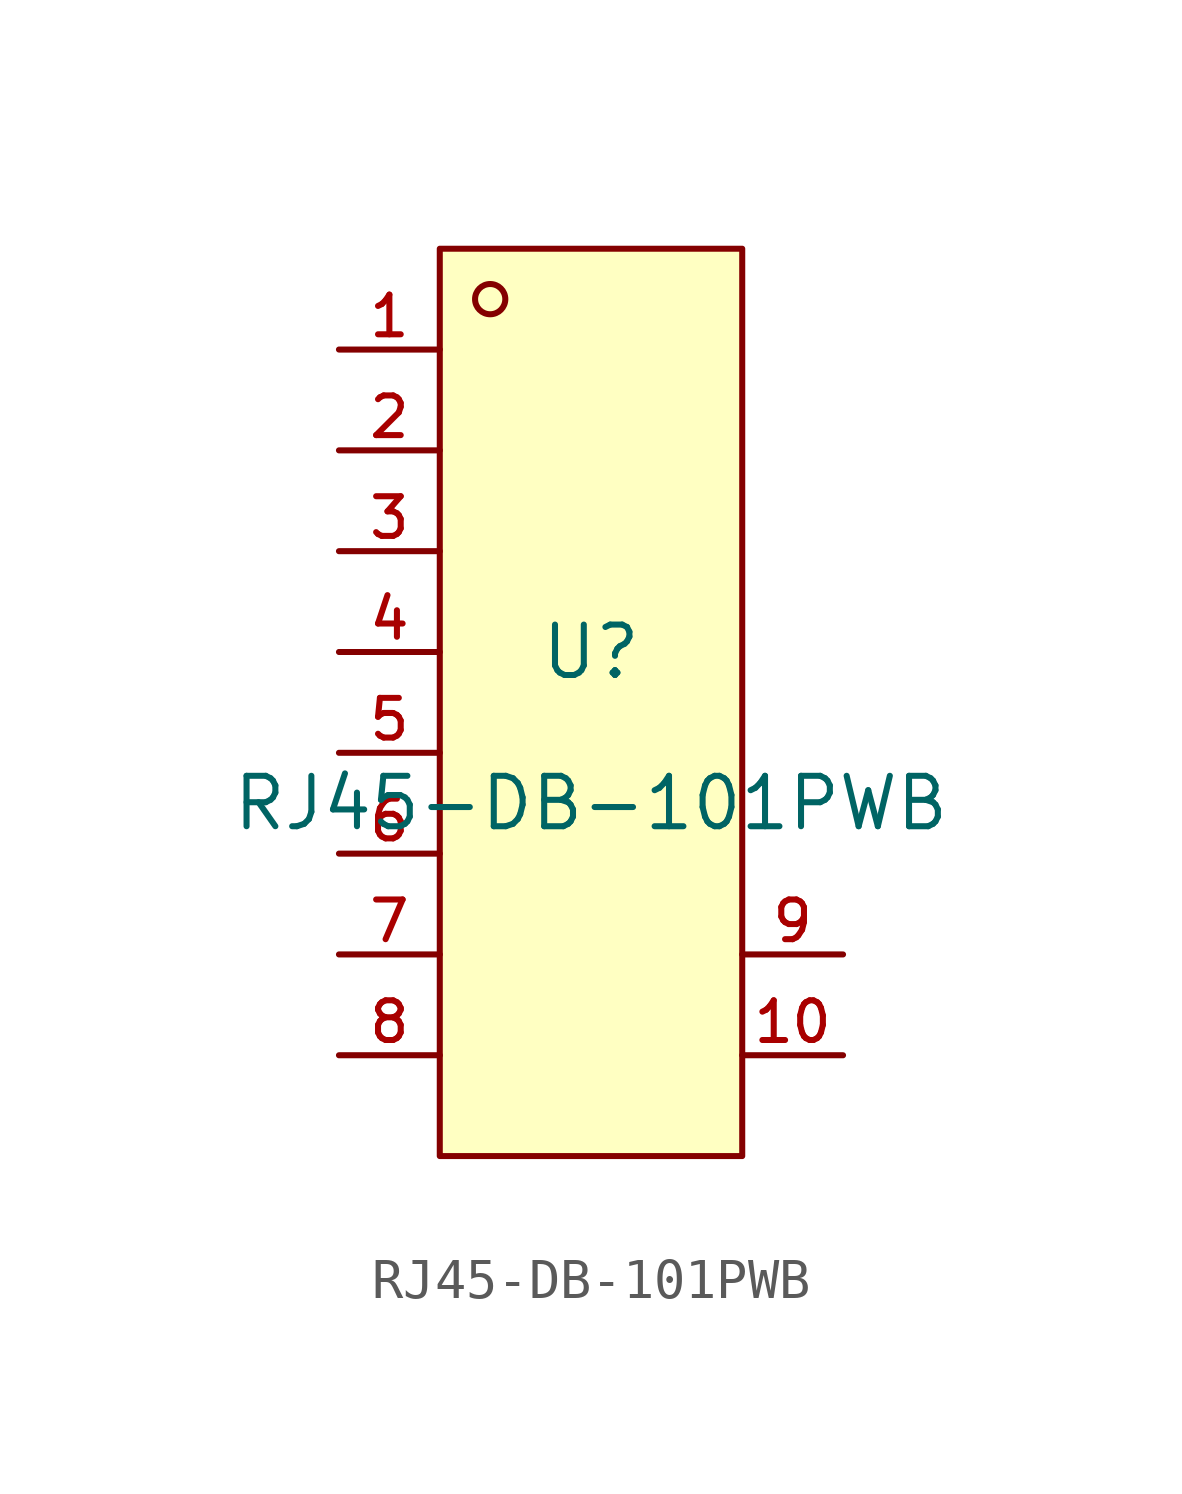
<source format=kicad_sym>
(kicad_symbol_lib
  (version 20210201)
  (generator TousstNicolas/JLC2KiCad_lib)
  (symbol "RJ45-DB-101PWB"
    (pin_names hide)
    (property "Reference" "U"
      (at 0 1.27 0)
      (effects (font (size 1.27 1.27))))
    (property "Value" "RJ45-DB-101PWB"
      (at 0 -2.54 0)
      (effects (font (size 1.27 1.27))))
    (symbol "RJ45-DB-101PWB_0_1"
      (rectangle (start -3.81 11.43) (end 3.81 -11.43) (stroke (width 0) (type default) (color 0 0 0 0)) (fill (type background)))
      (circle (center -2.54 10.16) (radius 0.381) (stroke (width 0) (type default) (color 0 0 0 0)) (fill (type background)))
      (pin unspecified line (at -6.35 8.89 0) (length 2.54) (name "TX+" (effects (font (size 1 1)))) (number "1" (effects (font (size 1 1)))))
      (pin unspecified line (at -6.35 6.35 0) (length 2.54) (name "TX-" (effects (font (size 1 1)))) (number "2" (effects (font (size 1 1)))))
      (pin unspecified line (at -6.35 3.81 0) (length 2.54) (name "RX+" (effects (font (size 1 1)))) (number "3" (effects (font (size 1 1)))))
      (pin unspecified line (at -6.35 1.27 0) (length 2.54) (name "NC" (effects (font (size 1 1)))) (number "4" (effects (font (size 1 1)))))
      (pin unspecified line (at -6.35 -1.27 0) (length 2.54) (name "NC" (effects (font (size 1 1)))) (number "5" (effects (font (size 1 1)))))
      (pin unspecified line (at -6.35 -3.81 0) (length 2.54) (name "RX-" (effects (font (size 1 1)))) (number "6" (effects (font (size 1 1)))))
      (pin unspecified line (at -6.35 -6.35 0) (length 2.54) (name "NC" (effects (font (size 1 1)))) (number "7" (effects (font (size 1 1)))))
      (pin unspecified line (at -6.35 -8.89 0) (length 2.54) (name "NC" (effects (font (size 1 1)))) (number "8" (effects (font (size 1 1)))))
      (pin unspecified line (at 6.35 -6.35 180) (length 2.54) (name "9" (effects (font (size 1 1)))) (number "9" (effects (font (size 1 1)))))
      (pin unspecified line (at 6.35 -8.89 180) (length 2.54) (name "10" (effects (font (size 1 1)))) (number "10" (effects (font (size 1 1))))))))
</source>
